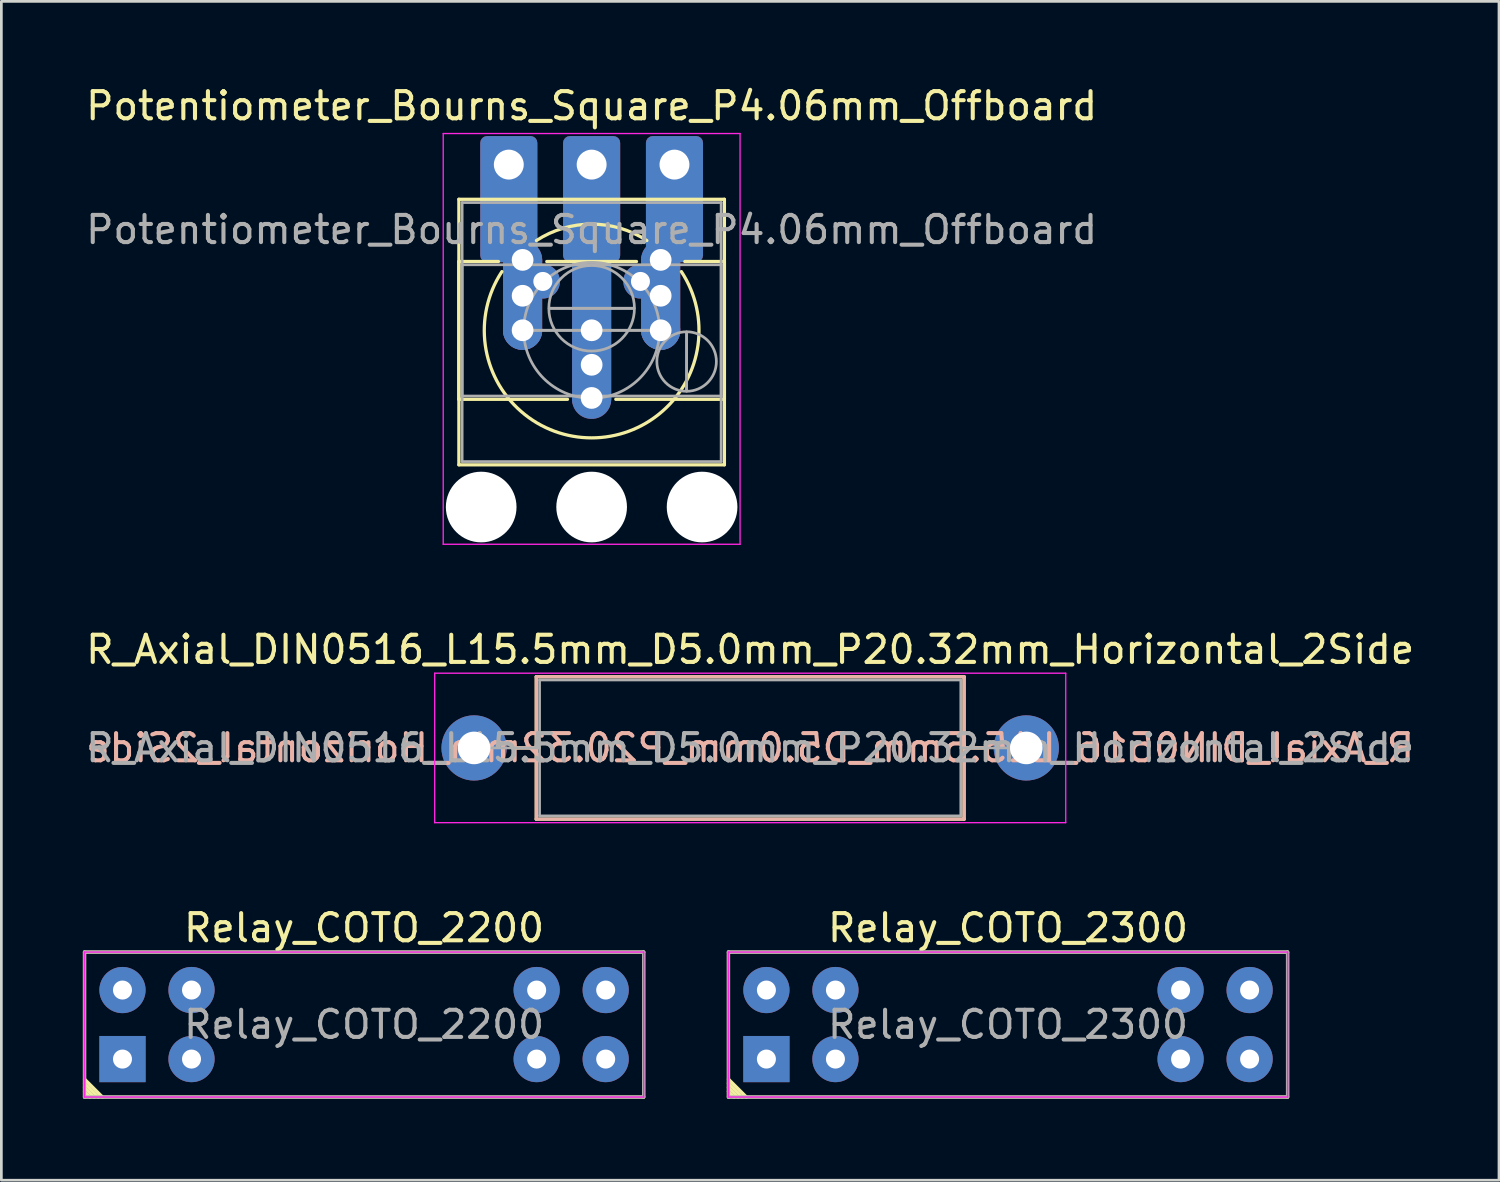
<source format=kicad_pcb>
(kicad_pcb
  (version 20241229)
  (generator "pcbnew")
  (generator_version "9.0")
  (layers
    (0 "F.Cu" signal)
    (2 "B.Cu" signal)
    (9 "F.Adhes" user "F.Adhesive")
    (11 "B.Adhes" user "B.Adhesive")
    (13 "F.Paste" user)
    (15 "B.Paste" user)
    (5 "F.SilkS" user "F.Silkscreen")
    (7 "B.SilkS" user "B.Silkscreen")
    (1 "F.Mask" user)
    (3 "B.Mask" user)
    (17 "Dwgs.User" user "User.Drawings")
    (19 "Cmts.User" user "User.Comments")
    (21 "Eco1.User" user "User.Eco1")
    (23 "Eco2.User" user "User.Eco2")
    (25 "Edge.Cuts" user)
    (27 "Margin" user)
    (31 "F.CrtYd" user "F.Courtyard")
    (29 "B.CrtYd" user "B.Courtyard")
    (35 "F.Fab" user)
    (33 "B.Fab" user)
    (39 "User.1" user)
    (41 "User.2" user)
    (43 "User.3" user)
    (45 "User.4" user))
  (footprint "Relay_COTO_2200"
    (layer "F.Cu")
    (at 10.347 34.65)
    (property "Reference" "Relay_COTO_2200" (at 0 -3.556 0) (layer "F.SilkS") (effects (font (size 1 1) (thickness 0.15))))
    (attr through_hole)
    (fp_line (start -10.287 -2.667) (end 10.287 -2.667) (stroke (width 0.12) (type solid)) (layer "F.SilkS"))
    (fp_line (start -10.287 2.667) (end -10.287 -2.667) (stroke (width 0.12) (type solid)) (layer "F.SilkS"))
    (fp_line (start -10.084 2.667) (end -10.287 2.464) (stroke (width 0.12) (type solid)) (layer "F.SilkS"))
    (fp_line (start -9.931 2.667) (end -10.287 2.311) (stroke (width 0.12) (type solid)) (layer "F.SilkS"))
    (fp_line (start -9.779 2.667) (end -10.287 2.159) (stroke (width 0.12) (type solid)) (layer "F.SilkS"))
    (fp_line (start -9.627 2.667) (end -10.287 2.007) (stroke (width 0.12) (type solid)) (layer "F.SilkS"))
    (fp_line (start 10.287 -2.667) (end 10.287 2.667) (stroke (width 0.12) (type solid)) (layer "F.SilkS"))
    (fp_line (start 10.287 2.667) (end -10.287 2.667) (stroke (width 0.12) (type solid)) (layer "F.SilkS"))
    (fp_line (start -10.287 -2.667) (end -10.287 2.667) (stroke (width 0.05) (type solid)) (layer "F.CrtYd"))
    (fp_line (start -10.287 -2.667) (end 10.287 -2.667) (stroke (width 0.05) (type solid)) (layer "F.CrtYd"))
    (fp_line (start 10.287 2.667) (end -10.287 2.667) (stroke (width 0.05) (type solid)) (layer "F.CrtYd"))
    (fp_line (start 10.287 2.667) (end 10.287 -2.667) (stroke (width 0.05) (type solid)) (layer "F.CrtYd"))
    (fp_line (start -10.287 -2.667) (end 10.287 -2.667) (stroke (width 0.12) (type solid)) (layer "F.Fab"))
    (fp_line (start -10.287 2.667) (end -10.287 -2.667) (stroke (width 0.12) (type solid)) (layer "F.Fab"))
    (fp_line (start 10.287 -2.667) (end 10.287 2.667) (stroke (width 0.12) (type solid)) (layer "F.Fab"))
    (fp_line (start 10.287 2.667) (end -10.287 2.667) (stroke (width 0.12) (type solid)) (layer "F.Fab"))
    (fp_text user "${REFERENCE}" (at 0 0 0) (layer "F.Fab") (effects (font (size 1 1) (thickness 0.15))))
    (pad "1" thru_hole rect (at -8.89 1.27) (size 1.7 1.7) (drill 0.7) (layers "*.Cu" "*.Mask"))
    (pad "2" thru_hole circle (at -6.35 1.27) (size 1.7 1.7) (drill 0.7) (layers "*.Cu" "*.Mask"))
    (pad "3" thru_hole circle (at 6.35 1.27) (size 1.7 1.7) (drill 0.7) (layers "*.Cu" "*.Mask"))
    (pad "4" thru_hole circle (at 8.89 1.27) (size 1.7 1.7) (drill 0.7) (layers "*.Cu" "*.Mask"))
    (pad "5" thru_hole circle (at 8.89 -1.27) (size 1.7 1.7) (drill 0.7) (layers "*.Cu" "*.Mask"))
    (pad "6" thru_hole circle (at 6.35 -1.27) (size 1.7 1.7) (drill 0.7) (layers "*.Cu" "*.Mask"))
    (pad "7" thru_hole circle (at -6.35 -1.27) (size 1.7 1.7) (drill 0.7) (layers "*.Cu" "*.Mask"))
    (pad "8" thru_hole circle (at -8.89 -1.27) (size 1.7 1.7) (drill 0.7) (layers "*.Cu" "*.Mask")))
  (footprint "R_Axial_DIN0516_L15.5mm_D5.0mm_P20.32mm_Horizontal_2Side"
    (layer "F.Cu")
    (at 14.394 24.471)
    (property "Reference" "R_Axial_DIN0516_L15.5mm_D5.0mm_P20.32mm_Horizontal_2Side" (at 10.16 -3.62 0) (layer "F.SilkS") (effects (font (size 1 1) (thickness 0.15))))
    (attr through_hole)
    (fp_line (start 1.44 0) (end 2.29 0) (stroke (width 0.12) (type solid)) (layer "F.SilkS"))
    (fp_line (start 2.29 -2.62) (end 2.29 2.62) (stroke (width 0.12) (type solid)) (layer "F.SilkS"))
    (fp_line (start 2.29 2.62) (end 18.03 2.62) (stroke (width 0.12) (type solid)) (layer "F.SilkS"))
    (fp_line (start 18.03 -2.62) (end 2.29 -2.62) (stroke (width 0.12) (type solid)) (layer "F.SilkS"))
    (fp_line (start 18.03 2.62) (end 18.03 -2.62) (stroke (width 0.12) (type solid)) (layer "F.SilkS"))
    (fp_line (start 18.88 0) (end 18.03 0) (stroke (width 0.12) (type solid)) (layer "F.SilkS"))
    (fp_line (start 1.44 0) (end 2.29 0) (stroke (width 0.12) (type solid)) (layer "B.SilkS"))
    (fp_line (start 2.29 -2.62) (end 2.29 2.62) (stroke (width 0.12) (type solid)) (layer "B.SilkS"))
    (fp_line (start 2.29 2.62) (end 18.03 2.62) (stroke (width 0.12) (type solid)) (layer "B.SilkS"))
    (fp_line (start 18.03 -2.62) (end 2.29 -2.62) (stroke (width 0.12) (type solid)) (layer "B.SilkS"))
    (fp_line (start 18.03 2.62) (end 18.03 -2.62) (stroke (width 0.12) (type solid)) (layer "B.SilkS"))
    (fp_line (start 18.88 0) (end 18.03 0) (stroke (width 0.12) (type solid)) (layer "B.SilkS"))
    (fp_line (start -1.45 -2.75) (end -1.45 2.75) (stroke (width 0.05) (type solid)) (layer "F.CrtYd"))
    (fp_line (start -1.45 2.75) (end 21.77 2.75) (stroke (width 0.05) (type solid)) (layer "F.CrtYd"))
    (fp_line (start 21.77 -2.75) (end -1.45 -2.75) (stroke (width 0.05) (type solid)) (layer "F.CrtYd"))
    (fp_line (start 21.77 2.75) (end 21.77 -2.75) (stroke (width 0.05) (type solid)) (layer "F.CrtYd"))
    (fp_line (start 0 0) (end 2.41 0) (stroke (width 0.1) (type solid)) (layer "F.Fab"))
    (fp_line (start 2.41 -2.5) (end 2.41 2.5) (stroke (width 0.1) (type solid)) (layer "F.Fab"))
    (fp_line (start 2.41 2.5) (end 17.91 2.5) (stroke (width 0.1) (type solid)) (layer "F.Fab"))
    (fp_line (start 17.91 -2.5) (end 2.41 -2.5) (stroke (width 0.1) (type solid)) (layer "F.Fab"))
    (fp_line (start 17.91 2.5) (end 17.91 -2.5) (stroke (width 0.1) (type solid)) (layer "F.Fab"))
    (fp_line (start 20.32 0) (end 17.91 0) (stroke (width 0.1) (type solid)) (layer "F.Fab"))
    (fp_text user "${REFERENCE}" (at 10.16 0 0) (layer "B.SilkS") (effects (font (size 1 1) (thickness 0.15)) (justify mirror)))
    (fp_text user "${REFERENCE}" (at 10.16 0 0) (layer "F.Fab") (effects (font (size 1 1) (thickness 0.15))))
    (pad "1" thru_hole circle (at 0 0) (size 2.4 2.4) (drill 1.2) (layers "*.Cu" "*.Mask"))
    (pad "2" thru_hole oval (at 20.32 0) (size 2.4 2.4) (drill 1.2) (layers "*.Cu" "*.Mask")))
  (footprint "Potentiometer_Bourns_Square_P4.06mm_Offboard"
    (layer "F.Cu")
    (at 21.26 9.103)
    (property "Reference" "Potentiometer_Bourns_Square_P4.06mm_Offboard" (at -2.54 -8.255 0) (layer "F.SilkS") (effects (font (size 1 1) (thickness 0.15))))
    (attr through_hole)
    (fp_rect (start -6.477 -6.985) (end -4.699 -5.207) (stroke (width 0.381) (type solid)) (fill yes) (layer "F.Mask"))
    (fp_rect (start -3.429 -6.985) (end -1.651 -5.207) (stroke (width 0.381) (type solid)) (fill yes) (layer "F.Mask"))
    (fp_rect (start -0.381 -6.985) (end 1.397 -5.207) (stroke (width 0.381) (type solid)) (fill yes) (layer "F.Mask"))
    (fp_rect (start -6.477 -6.985) (end -4.699 -5.207) (stroke (width 0.381) (type solid)) (fill yes) (layer "B.Mask"))
    (fp_rect (start -3.429 -6.985) (end -1.651 -5.207) (stroke (width 0.381) (type solid)) (fill yes) (layer "B.Mask"))
    (fp_rect (start -0.381 -6.985) (end 1.397 -5.207) (stroke (width 0.381) (type solid)) (fill yes) (layer "B.Mask"))
    (fp_line (start -7.425 -4.82) (end -7.425 4.95) (stroke (width 0.12) (type solid)) (layer "F.SilkS"))
    (fp_line (start -7.425 -2.53) (end -7.425 2.54) (stroke (width 0.12) (type solid)) (layer "F.SilkS"))
    (fp_line (start -7.425 2.54) (end -3.429 2.54) (stroke (width 0.12) (type solid)) (layer "F.SilkS"))
    (fp_line (start -5.969 -2.53) (end -7.425 -2.53) (stroke (width 0.12) (type solid)) (layer "F.SilkS"))
    (fp_line (start -4.191 -2.53) (end -0.889 -2.53) (stroke (width 0.12) (type solid)) (layer "F.SilkS"))
    (fp_line (start 2.345 -4.82) (end -7.425 -4.82) (stroke (width 0.12) (type solid)) (layer "F.SilkS"))
    (fp_line (start 2.345 -4.82) (end 2.345 4.95) (stroke (width 0.12) (type solid)) (layer "F.SilkS"))
    (fp_line (start 2.345 -2.53) (end 0.889 -2.53) (stroke (width 0.12) (type solid)) (layer "F.SilkS"))
    (fp_line (start 2.345 -2.53) (end 2.345 2.54) (stroke (width 0.12) (type solid)) (layer "F.SilkS"))
    (fp_line (start 2.345 2.54) (end -1.651 2.54) (stroke (width 0.12) (type solid)) (layer "F.SilkS"))
    (fp_line (start 2.345 4.95) (end -7.425 4.95) (stroke (width 0.12) (type solid)) (layer "F.SilkS"))
    (fp_arc (start -4.572 -3.302) (mid -2.54 -3.905989) (end -0.508 -3.302) (stroke (width 0.12) (type solid)) (layer "F.SilkS"))
    (fp_arc (start 0.762 -2.159) (mid -2.54 3.958958) (end -5.842 -2.159) (stroke (width 0.12) (type solid)) (layer "F.SilkS"))
    (fp_line (start -8.001 -7.239) (end -8.001 7.874) (stroke (width 0.05) (type solid)) (layer "F.CrtYd"))
    (fp_line (start -8.001 7.874) (end 2.921 7.874) (stroke (width 0.05) (type solid)) (layer "F.CrtYd"))
    (fp_line (start 2.921 -7.239) (end -8.001 -7.239) (stroke (width 0.05) (type solid)) (layer "F.CrtYd"))
    (fp_line (start 2.921 7.874) (end 2.921 -7.239) (stroke (width 0.05) (type solid)) (layer "F.CrtYd"))
    (fp_line (start -7.305 -4.7) (end -7.305 4.83) (stroke (width 0.1) (type solid)) (layer "F.Fab"))
    (fp_line (start -7.305 -2.41) (end -7.305 2.42) (stroke (width 0.1) (type solid)) (layer "F.Fab"))
    (fp_line (start -7.305 2.42) (end 2.225 2.42) (stroke (width 0.1) (type solid)) (layer "F.Fab"))
    (fp_line (start -7.305 4.83) (end 2.225 4.83) (stroke (width 0.1) (type solid)) (layer "F.Fab"))
    (fp_line (start -5.016 0) (end -0.065 0) (stroke (width 0.1) (type solid)) (layer "F.Fab"))
    (fp_line (start -5.016 0) (end -0.065 0) (stroke (width 0.1) (type solid)) (layer "F.Fab"))
    (fp_line (start -4.1 -0.809) (end -0.981 -0.809) (stroke (width 0.1) (type solid)) (layer "F.Fab"))
    (fp_line (start -4.1 -0.809) (end -0.981 -0.809) (stroke (width 0.1) (type solid)) (layer "F.Fab"))
    (fp_line (start 0.955 2.235) (end 0.956 0.066) (stroke (width 0.1) (type solid)) (layer "F.Fab"))
    (fp_line (start 0.955 2.235) (end 0.956 0.066) (stroke (width 0.1) (type solid)) (layer "F.Fab"))
    (fp_line (start 2.225 -4.7) (end -7.305 -4.7) (stroke (width 0.1) (type solid)) (layer "F.Fab"))
    (fp_line (start 2.225 -2.41) (end -7.305 -2.41) (stroke (width 0.1) (type solid)) (layer "F.Fab"))
    (fp_line (start 2.225 2.42) (end 2.225 -2.41) (stroke (width 0.1) (type solid)) (layer "F.Fab"))
    (fp_line (start 2.225 4.83) (end 2.225 -4.7) (stroke (width 0.1) (type solid)) (layer "F.Fab"))
    (fp_circle (center -2.541 0) (end -2.541 2.5) (stroke (width 0.1) (type solid)) (fill no) (layer "F.Fab"))
    (fp_circle (center -2.54 -0.809) (end -2.54 0.766) (stroke (width 0.1) (type solid)) (fill no) (layer "F.Fab"))
    (fp_circle (center 0.955 1.15) (end 2.05 1.15) (stroke (width 0.1) (type solid)) (fill no) (layer "F.Fab"))
    (fp_text user "${REFERENCE}" (at -2.54 -3.7 0) (layer "F.Fab") (effects (font (size 1 1) (thickness 0.15))))
    (pad "" np_thru_hole circle (at -6.604 6.504) (size 2.6 2.6) (drill 2.6) (layers "*.Cu" "*.Mask"))
    (pad "" np_thru_hole circle (at -2.54 6.504) (size 2.6 2.6) (drill 2.6) (layers "*.Cu" "*.Mask"))
    (pad "" np_thru_hole circle (at 1.524 6.504) (size 2.6 2.6) (drill 2.6) (layers "*.Cu" "*.Mask"))
    (pad "1" thru_hole circle (at -0.744 -1.797 270) (size 1.26 1.26) (drill 0.7) (layers "*.Cu" "*.Mask"))
    (pad "1" thru_hole circle (at 0 -2.59 270) (size 1.44 1.44) (drill 0.8) (layers "*.Cu" "*.Mask"))
    (pad "1" thru_hole oval (at 0 -1.27) (size 1.44 3.98) (drill 0.8) (layers "*.Cu" "*.Mask"))
    (pad "1" thru_hole circle (at 0 0) (size 1.44 1.44) (drill 0.8) (layers "*.Cu" "*.Mask"))
    (pad "1" thru_hole roundrect (at 0.508 -6.096) (size 2.1 4.64) (drill 1.1 (offset 0 1.27)) (layers "*.Cu") (roundrect_rratio 0.119))
    (pad "2" thru_hole roundrect (at -2.54 -6.096) (size 2.1 4.64) (drill 1.1 (offset 0 1.27)) (layers "*.Cu") (roundrect_rratio 0.119))
    (pad "2" thru_hole oval (at -2.54 0) (size 1.44 3.98) (drill 0.8 (offset 0 -1.27)) (layers "*.Cu"))
    (pad "2" thru_hole oval (at -2.54 1.27) (size 1.44 3.98) (drill 0.8) (layers "*.Cu" "*.Mask"))
    (pad "2" thru_hole circle (at -2.54 2.49 270) (size 1.44 1.44) (drill 0.8) (layers "*.Cu" "*.Mask"))
    (pad "3" thru_hole roundrect (at -5.588 -6.096) (size 2.1 4.64) (drill 1.1 (offset 0 1.27)) (layers "*.Cu") (roundrect_rratio 0.119))
    (pad "3" thru_hole circle (at -5.08 -2.59 270) (size 1.44 1.44) (drill 0.8) (layers "*.Cu" "*.Mask"))
    (pad "3" thru_hole oval (at -5.08 -1.27) (size 1.44 3.98) (drill 0.8) (layers "*.Cu" "*.Mask"))
    (pad "3" thru_hole circle (at -5.08 0) (size 1.44 1.44) (drill 0.8) (layers "*.Cu" "*.Mask"))
    (pad "3" thru_hole circle (at -4.336 -1.797 270) (size 1.26 1.26) (drill 0.7) (layers "*.Cu" "*.Mask")))
  (footprint "Relay_COTO_2300"
    (layer "F.Cu")
    (at 34.041 34.65)
    (property "Reference" "Relay_COTO_2300" (at 0 -3.556 0) (layer "F.SilkS") (effects (font (size 1 1) (thickness 0.15))))
    (attr through_hole)
    (fp_line (start -10.287 -2.667) (end 10.287 -2.667) (stroke (width 0.12) (type solid)) (layer "F.SilkS"))
    (fp_line (start -10.287 2.667) (end -10.287 -2.667) (stroke (width 0.12) (type solid)) (layer "F.SilkS"))
    (fp_line (start -10.084 2.667) (end -10.287 2.464) (stroke (width 0.12) (type solid)) (layer "F.SilkS"))
    (fp_line (start -9.931 2.667) (end -10.287 2.311) (stroke (width 0.12) (type solid)) (layer "F.SilkS"))
    (fp_line (start -9.779 2.667) (end -10.287 2.159) (stroke (width 0.12) (type solid)) (layer "F.SilkS"))
    (fp_line (start -9.627 2.667) (end -10.287 2.007) (stroke (width 0.12) (type solid)) (layer "F.SilkS"))
    (fp_line (start 10.287 -2.667) (end 10.287 2.667) (stroke (width 0.12) (type solid)) (layer "F.SilkS"))
    (fp_line (start 10.287 2.667) (end -10.287 2.667) (stroke (width 0.12) (type solid)) (layer "F.SilkS"))
    (fp_line (start -10.287 -2.667) (end -10.287 2.667) (stroke (width 0.05) (type solid)) (layer "F.CrtYd"))
    (fp_line (start -10.287 -2.667) (end 10.287 -2.667) (stroke (width 0.05) (type solid)) (layer "F.CrtYd"))
    (fp_line (start 10.287 2.667) (end -10.287 2.667) (stroke (width 0.05) (type solid)) (layer "F.CrtYd"))
    (fp_line (start 10.287 2.667) (end 10.287 -2.667) (stroke (width 0.05) (type solid)) (layer "F.CrtYd"))
    (fp_line (start -10.287 -2.667) (end 10.287 -2.667) (stroke (width 0.12) (type solid)) (layer "F.Fab"))
    (fp_line (start -10.287 2.667) (end -10.287 -2.667) (stroke (width 0.12) (type solid)) (layer "F.Fab"))
    (fp_line (start 10.287 -2.667) (end 10.287 2.667) (stroke (width 0.12) (type solid)) (layer "F.Fab"))
    (fp_line (start 10.287 2.667) (end -10.287 2.667) (stroke (width 0.12) (type solid)) (layer "F.Fab"))
    (fp_text user "${REFERENCE}" (at 0 0 0) (layer "F.Fab") (effects (font (size 1 1) (thickness 0.15))))
    (pad "1" thru_hole rect (at -8.89 1.27) (size 1.7 1.7) (drill 0.7) (layers "*.Cu" "*.Mask"))
    (pad "2" thru_hole circle (at -6.35 1.27) (size 1.7 1.7) (drill 0.7) (layers "*.Cu" "*.Mask"))
    (pad "3" thru_hole circle (at 6.35 1.27) (size 1.7 1.7) (drill 0.7) (layers "*.Cu" "*.Mask"))
    (pad "4" thru_hole circle (at 8.89 1.27) (size 1.7 1.7) (drill 0.7) (layers "*.Cu" "*.Mask"))
    (pad "5" thru_hole circle (at 8.89 -1.27) (size 1.7 1.7) (drill 0.7) (layers "*.Cu" "*.Mask"))
    (pad "6" thru_hole circle (at 6.35 -1.27) (size 1.7 1.7) (drill 0.7) (layers "*.Cu" "*.Mask"))
    (pad "7" thru_hole circle (at -6.35 -1.27) (size 1.7 1.7) (drill 0.7) (layers "*.Cu" "*.Mask"))
    (pad "8" thru_hole circle (at -8.89 -1.27) (size 1.7 1.7) (drill 0.7) (layers "*.Cu" "*.Mask")))
  (gr_rect
    (start -3 -3)
    (end 52.107 40.377)
    (stroke (width 0.1) (type default))
    (fill no)
    (layer "Edge.Cuts")))
</source>
